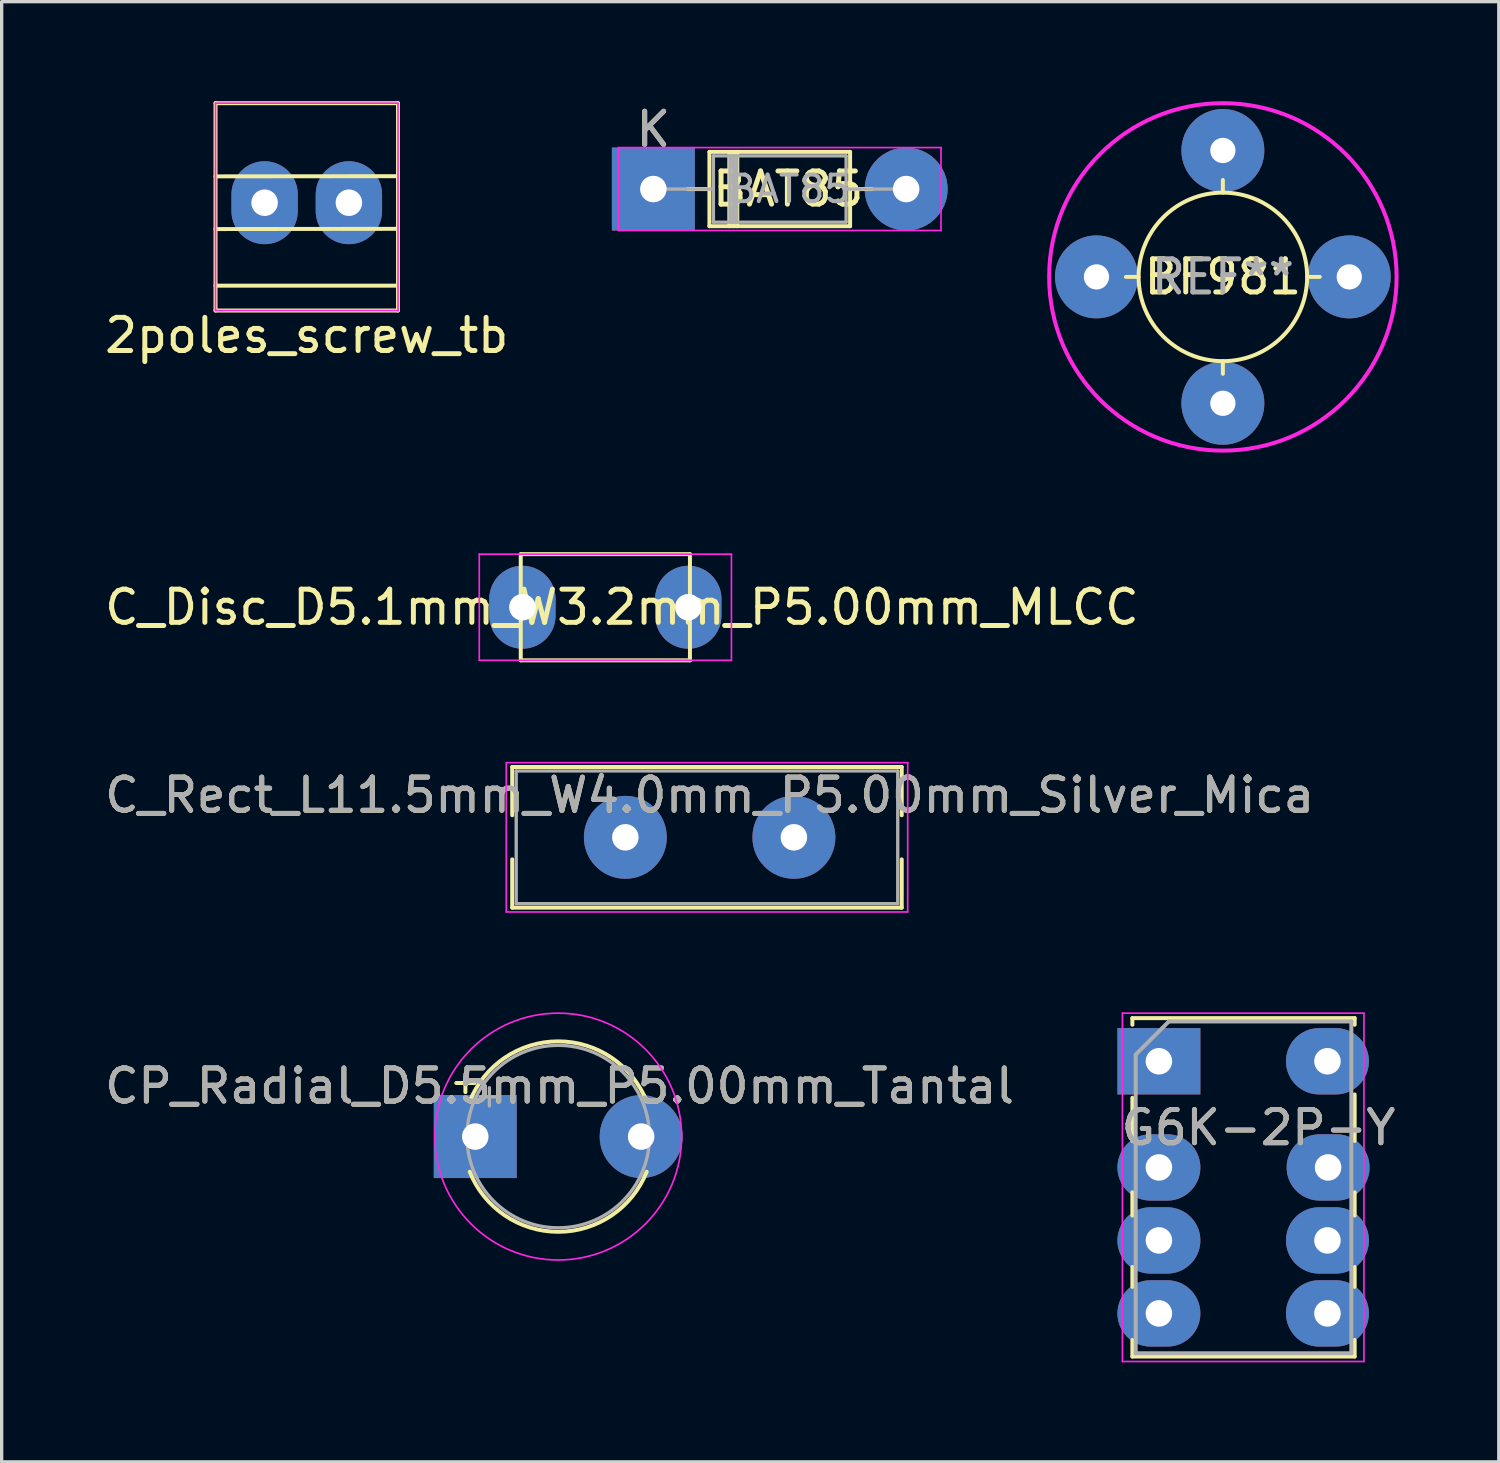
<source format=kicad_pcb>
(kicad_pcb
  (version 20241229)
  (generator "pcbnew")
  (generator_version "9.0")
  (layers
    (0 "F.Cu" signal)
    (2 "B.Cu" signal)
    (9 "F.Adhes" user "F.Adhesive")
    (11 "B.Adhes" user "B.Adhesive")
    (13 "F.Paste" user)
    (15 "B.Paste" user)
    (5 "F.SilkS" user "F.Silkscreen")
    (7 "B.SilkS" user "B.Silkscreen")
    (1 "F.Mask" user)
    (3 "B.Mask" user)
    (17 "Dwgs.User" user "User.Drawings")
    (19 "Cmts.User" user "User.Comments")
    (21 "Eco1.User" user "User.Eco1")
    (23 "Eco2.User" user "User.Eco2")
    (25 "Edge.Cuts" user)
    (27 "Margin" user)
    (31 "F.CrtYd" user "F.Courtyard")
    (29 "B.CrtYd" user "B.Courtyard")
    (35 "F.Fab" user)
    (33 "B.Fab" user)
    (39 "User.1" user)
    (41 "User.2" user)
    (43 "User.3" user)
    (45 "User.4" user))
  (footprint "C_Disc_D5.1mm_W3.2mm_P5.00mm_MLCC"
    (layer "F.Cu")
    (at 12.696 15.253)
    (property "Reference" "C_Disc_D5.1mm_W3.2mm_P5.00mm_MLCC" (at 3 0 0) (layer "F.SilkS") (effects (font (size 1 1) (thickness 0.15))))
    (attr through_hole)
    (fp_line (start -0.05 -1.6) (end -0.05 1.6) (stroke (width 0.12) (type solid)) (layer "F.SilkS"))
    (fp_line (start -0.05 -1.6) (end 5.05 -1.6) (stroke (width 0.12) (type solid)) (layer "F.SilkS"))
    (fp_line (start -0.05 1.6) (end 5.05 1.6) (stroke (width 0.12) (type solid)) (layer "F.SilkS"))
    (fp_line (start 5.05 -1.6) (end 5.05 1.6) (stroke (width 0.12) (type solid)) (layer "F.SilkS"))
    (fp_line (start -1.3 -1.6) (end -1.3 1.6) (stroke (width 0.05) (type solid)) (layer "F.CrtYd"))
    (fp_line (start -1.3 1.6) (end 6.3 1.6) (stroke (width 0.05) (type solid)) (layer "F.CrtYd"))
    (fp_line (start 6.3 -1.6) (end -1.3 -1.6) (stroke (width 0.05) (type solid)) (layer "F.CrtYd"))
    (fp_line (start 6.3 1.6) (end 6.3 -1.6) (stroke (width 0.05) (type solid)) (layer "F.CrtYd"))
    (pad "1" thru_hole oval (at 0 0) (size 2 2.5) (drill 0.8) (layers "*.Cu"))
    (pad "2" thru_hole oval (at 5 0) (size 2 2.5) (drill 0.8) (layers "*.Cu")))
  (footprint "C_Rect_L11.5mm_W4.0mm_P5.00mm_Silver_Mica"
    (layer "F.Cu")
    (at 13.259 22.188)
    (property "Reference" "C_Rect_L11.5mm_W4.0mm_P5.00mm_Silver_Mica" (at 5.08 -1.27 0) (layer "F.SilkS") (effects (font (size 1 1) (thickness 0.15))))
    (attr through_hole)
    (fp_line (start -0.87 -2.12) (end -0.87 -0.665) (stroke (width 0.12) (type solid)) (layer "F.SilkS"))
    (fp_line (start -0.87 -2.12) (end 10.87 -2.12) (stroke (width 0.12) (type solid)) (layer "F.SilkS"))
    (fp_line (start -0.87 0.665) (end -0.87 2.12) (stroke (width 0.12) (type solid)) (layer "F.SilkS"))
    (fp_line (start -0.87 2.12) (end 10.87 2.12) (stroke (width 0.12) (type solid)) (layer "F.SilkS"))
    (fp_line (start 10.87 -2.12) (end 10.87 -0.665) (stroke (width 0.12) (type solid)) (layer "F.SilkS"))
    (fp_line (start 10.87 0.665) (end 10.87 2.12) (stroke (width 0.12) (type solid)) (layer "F.SilkS"))
    (fp_line (start -1.05 -2.25) (end -1.05 2.25) (stroke (width 0.05) (type solid)) (layer "F.CrtYd"))
    (fp_line (start -1.05 2.25) (end 11.05 2.25) (stroke (width 0.05) (type solid)) (layer "F.CrtYd"))
    (fp_line (start 11.05 -2.25) (end -1.05 -2.25) (stroke (width 0.05) (type solid)) (layer "F.CrtYd"))
    (fp_line (start 11.05 2.25) (end 11.05 -2.25) (stroke (width 0.05) (type solid)) (layer "F.CrtYd"))
    (fp_line (start -0.75 -2) (end -0.75 2) (stroke (width 0.1) (type solid)) (layer "F.Fab"))
    (fp_line (start -0.75 2) (end 10.75 2) (stroke (width 0.1) (type solid)) (layer "F.Fab"))
    (fp_line (start 10.75 -2) (end -0.75 -2) (stroke (width 0.1) (type solid)) (layer "F.Fab"))
    (fp_line (start 10.75 2) (end 10.75 -2) (stroke (width 0.1) (type solid)) (layer "F.Fab"))
    (fp_text user "${REFERENCE}" (at 5.08 -1.27 0) (layer "F.Fab") (effects (font (size 1 1) (thickness 0.15))))
    (pad "1" thru_hole circle (at 2.54 0) (size 2.5 2.5) (drill 0.8) (layers "*.Cu" "*.Mask"))
    (pad "2" thru_hole circle (at 7.62 0) (size 2.5 2.5) (drill 0.8) (layers "*.Cu" "*.Mask")))
  (footprint "BF981"
    (layer "F.Cu")
    (at 33.809 5.296)
    (property "Reference" "BF981" (at 0 0 0) (layer "F.SilkS") (effects (font (size 1 1) (thickness 0.15))))
    (attr through_hole)
    (fp_line (start -2.54 0) (end -2.921 0) (stroke (width 0.12) (type solid)) (layer "F.SilkS"))
    (fp_line (start 0 -2.54) (end 0 -2.921) (stroke (width 0.12) (type solid)) (layer "F.SilkS"))
    (fp_line (start 0 2.54) (end 0 2.921) (stroke (width 0.12) (type solid)) (layer "F.SilkS"))
    (fp_line (start 2.54 0) (end 2.921 0) (stroke (width 0.12) (type solid)) (layer "F.SilkS"))
    (fp_circle (center 0 0) (end 2.54 0) (stroke (width 0.12) (type solid)) (fill no) (layer "F.SilkS"))
    (fp_circle (center 0 0) (end 5.08 -1.27) (stroke (width 0.12) (type solid)) (fill no) (layer "F.CrtYd"))
    (fp_text user "REF**" (at 0 0 0) (layer "F.Fab") (effects (font (size 1 1) (thickness 0.15))))
    (pad "1" thru_hole circle (at 3.81 0) (size 2.5 2.5) (drill 0.762) (layers "*.Cu" "*.Mask"))
    (pad "2" thru_hole circle (at 0 3.81) (size 2.5 2.5) (drill 0.762) (layers "*.Cu" "*.Mask"))
    (pad "3" thru_hole circle (at 0 -3.81) (size 2.5 2.5) (drill 0.762) (layers "*.Cu" "*.Mask"))
    (pad "4" thru_hole circle (at -3.81 0) (size 2.5 2.5) (drill 0.762) (layers "*.Cu" "*.Mask")))
  (footprint "BAT85"
    (layer "F.Cu")
    (at 16.643 2.648)
    (property "Reference" "BAT85" (at 4.064 0 0) (layer "F.SilkS") (effects (font (size 1 1) (thickness 0.15))))
    (attr through_hole)
    (fp_line (start 1.04 0) (end 1.69 0) (stroke (width 0.12) (type solid)) (layer "F.SilkS"))
    (fp_line (start 1.69 -1.12) (end 1.69 1.12) (stroke (width 0.12) (type solid)) (layer "F.SilkS"))
    (fp_line (start 1.69 1.12) (end 5.93 1.12) (stroke (width 0.12) (type solid)) (layer "F.SilkS"))
    (fp_line (start 2.29 -1.12) (end 2.29 1.12) (stroke (width 0.12) (type solid)) (layer "F.SilkS"))
    (fp_line (start 2.41 -1.12) (end 2.41 1.12) (stroke (width 0.12) (type solid)) (layer "F.SilkS"))
    (fp_line (start 2.53 -1.12) (end 2.53 1.12) (stroke (width 0.12) (type solid)) (layer "F.SilkS"))
    (fp_line (start 5.93 -1.12) (end 1.69 -1.12) (stroke (width 0.12) (type solid)) (layer "F.SilkS"))
    (fp_line (start 5.93 1.12) (end 5.93 -1.12) (stroke (width 0.12) (type solid)) (layer "F.SilkS"))
    (fp_line (start 6.58 0) (end 5.93 0) (stroke (width 0.12) (type solid)) (layer "F.SilkS"))
    (fp_line (start -1.05 -1.25) (end -1.05 1.25) (stroke (width 0.05) (type solid)) (layer "F.CrtYd"))
    (fp_line (start -1.05 1.25) (end 8.67 1.25) (stroke (width 0.05) (type solid)) (layer "F.CrtYd"))
    (fp_line (start 8.67 -1.25) (end -1.05 -1.25) (stroke (width 0.05) (type solid)) (layer "F.CrtYd"))
    (fp_line (start 8.67 1.25) (end 8.67 -1.25) (stroke (width 0.05) (type solid)) (layer "F.CrtYd"))
    (fp_line (start 0 0) (end 1.81 0) (stroke (width 0.1) (type solid)) (layer "F.Fab"))
    (fp_line (start 1.81 -1) (end 1.81 1) (stroke (width 0.1) (type solid)) (layer "F.Fab"))
    (fp_line (start 1.81 1) (end 5.81 1) (stroke (width 0.1) (type solid)) (layer "F.Fab"))
    (fp_line (start 2.31 -1) (end 2.31 1) (stroke (width 0.1) (type solid)) (layer "F.Fab"))
    (fp_line (start 2.41 -1) (end 2.41 1) (stroke (width 0.1) (type solid)) (layer "F.Fab"))
    (fp_line (start 2.51 -1) (end 2.51 1) (stroke (width 0.1) (type solid)) (layer "F.Fab"))
    (fp_line (start 5.81 -1) (end 1.81 -1) (stroke (width 0.1) (type solid)) (layer "F.Fab"))
    (fp_line (start 5.81 1) (end 5.81 -1) (stroke (width 0.1) (type solid)) (layer "F.Fab"))
    (fp_line (start 7.62 0) (end 5.81 0) (stroke (width 0.1) (type solid)) (layer "F.Fab"))
    (fp_text user "K" (at 0 -1.8 0) (layer "F.SilkS") (effects (font (size 1 1) (thickness 0.15))))
    (fp_text user "${REFERENCE}" (at 4.11 0 0) (layer "F.Fab") (effects (font (size 0.8 0.8) (thickness 0.12))))
    (fp_text user "K" (at 0 -1.8 0) (layer "F.Fab") (effects (font (size 1 1) (thickness 0.15))))
    (pad "1" thru_hole rect (at 0 0) (size 2.5 2.5) (drill 0.8) (layers "*.Cu" "*.Mask"))
    (pad "2" thru_hole circle (at 7.62 0) (size 2.5 2.5) (drill 0.8) (layers "*.Cu" "*.Mask")))
  (footprint "G6K-2P-Y"
    (layer "F.Cu")
    (at 31.881 28.938)
    (property "Reference" "G6K-2P-Y" (at 3 2 0) (layer "F.SilkS") (effects (font (size 1 1) (thickness 0.15))))
    (attr through_hole)
    (fp_line (start -0.8 -1.3) (end -0.8 -1.1) (stroke (width 0.12) (type solid)) (layer "F.SilkS"))
    (fp_line (start -0.8 -1.3) (end 5.9 -1.3) (stroke (width 0.12) (type solid)) (layer "F.SilkS"))
    (fp_line (start -0.8 2.4) (end -0.8 1.1) (stroke (width 0.12) (type solid)) (layer "F.SilkS"))
    (fp_line (start -0.8 4.65) (end -0.8 3.95) (stroke (width 0.12) (type solid)) (layer "F.SilkS"))
    (fp_line (start -0.8 6.8) (end -0.8 6.2) (stroke (width 0.12) (type solid)) (layer "F.SilkS"))
    (fp_line (start -0.8 8.9) (end -0.8 8.4) (stroke (width 0.12) (type solid)) (layer "F.SilkS"))
    (fp_line (start 5.9 -1.3) (end 5.9 -1.1) (stroke (width 0.12) (type solid)) (layer "F.SilkS"))
    (fp_line (start 5.9 1) (end 5.9 2.4) (stroke (width 0.12) (type solid)) (layer "F.SilkS"))
    (fp_line (start 5.9 3.95) (end 5.9 4.65) (stroke (width 0.12) (type solid)) (layer "F.SilkS"))
    (fp_line (start 5.9 6.2) (end 5.9 6.8) (stroke (width 0.12) (type solid)) (layer "F.SilkS"))
    (fp_line (start 5.9 8.4) (end 5.9 8.9) (stroke (width 0.12) (type solid)) (layer "F.SilkS"))
    (fp_line (start 5.9 8.9) (end -0.8 8.9) (stroke (width 0.12) (type solid)) (layer "F.SilkS"))
    (fp_line (start -1.1 -1.45) (end -1.1 9.05) (stroke (width 0.05) (type solid)) (layer "F.CrtYd"))
    (fp_line (start -1.1 -1.45) (end 6.18 -1.45) (stroke (width 0.05) (type solid)) (layer "F.CrtYd"))
    (fp_line (start 6.18 9.05) (end -1.1 9.05) (stroke (width 0.05) (type solid)) (layer "F.CrtYd"))
    (fp_line (start 6.18 9.05) (end 6.18 -1.45) (stroke (width 0.05) (type solid)) (layer "F.CrtYd"))
    (fp_line (start -0.7 -0.2) (end 0.3 -1.2) (stroke (width 0.12) (type solid)) (layer "F.Fab"))
    (fp_line (start -0.7 8.8) (end -0.7 -0.2) (stroke (width 0.12) (type solid)) (layer "F.Fab"))
    (fp_line (start 0.3 -1.2) (end 5.8 -1.2) (stroke (width 0.12) (type solid)) (layer "F.Fab"))
    (fp_line (start 5.8 -1.2) (end 5.8 8.8) (stroke (width 0.12) (type solid)) (layer "F.Fab"))
    (fp_line (start 5.8 8.8) (end -0.7 8.8) (stroke (width 0.12) (type solid)) (layer "F.Fab"))
    (fp_text user "${REFERENCE}" (at 3 2 0) (layer "F.Fab") (effects (font (size 1 1) (thickness 0.15))))
    (pad "1" thru_hole rect (at 0 0) (size 2.5 2) (drill 0.8) (layers "*.Cu" "*.Mask"))
    (pad "2" thru_hole oval (at 0 3.2) (size 2.5 2) (drill 0.8) (layers "*.Cu" "*.Mask"))
    (pad "3" thru_hole oval (at 0 5.4) (size 2.5 2) (drill 0.8) (layers "*.Cu" "*.Mask"))
    (pad "4" thru_hole oval (at 0 7.6) (size 2.5 2) (drill 0.8) (layers "*.Cu" "*.Mask"))
    (pad "5" thru_hole oval (at 5.08 7.6) (size 2.5 2) (drill 0.8) (layers "*.Cu" "*.Mask"))
    (pad "6" thru_hole oval (at 5.08 5.4) (size 2.5 2) (drill 0.8) (layers "*.Cu" "*.Mask"))
    (pad "7" thru_hole oval (at 5.1 3.2) (size 2.5 2) (drill 0.8) (layers "*.Cu" "*.Mask"))
    (pad "8" thru_hole oval (at 5.08 0) (size 2.5 2) (drill 0.8) (layers "*.Cu" "*.Mask")))
  (footprint "2poles_screw_tb"
    (layer "F.Cu")
    (at 6.196 3.06)
    (property "Reference" "2poles_screw_tb" (at 0 4 0) (layer "F.SilkS") (effects (font (size 1 1) (thickness 0.15))))
    (attr through_hole)
    (fp_line (start -2.75 -3) (end -2.75 3.25) (stroke (width 0.12) (type solid)) (layer "F.SilkS"))
    (fp_line (start -2.75 -3) (end 2.75 -3) (stroke (width 0.12) (type solid)) (layer "F.SilkS"))
    (fp_line (start -2.75 -0.794) (end 2.75 -0.8) (stroke (width 0.12) (type solid)) (layer "F.SilkS"))
    (fp_line (start -2.75 0.794) (end 2.75 0.787) (stroke (width 0.12) (type solid)) (layer "F.SilkS"))
    (fp_line (start -2.75 2.5) (end 2.75 2.5) (stroke (width 0.12) (type solid)) (layer "F.SilkS"))
    (fp_line (start -2.75 3.25) (end 2.75 3.25) (stroke (width 0.12) (type solid)) (layer "F.SilkS"))
    (fp_line (start 2.75 3.25) (end 2.75 -3) (stroke (width 0.12) (type solid)) (layer "F.SilkS"))
    (fp_line (start -2.75 -3) (end -2.75 3.25) (stroke (width 0.05) (type solid)) (layer "F.CrtYd"))
    (fp_line (start -2.75 3.25) (end 2.75 3.25) (stroke (width 0.05) (type solid)) (layer "F.CrtYd"))
    (fp_line (start 2.75 -3) (end -2.75 -3) (stroke (width 0.05) (type solid)) (layer "F.CrtYd"))
    (fp_line (start 2.75 3.25) (end 2.75 -3) (stroke (width 0.05) (type solid)) (layer "F.CrtYd"))
    (pad "1" thru_hole oval (at -1.27 0) (size 2 2.5) (drill 0.8) (layers "*.Cu"))
    (pad "2" thru_hole oval (at 1.27 0) (size 2 2.5) (drill 0.8) (layers "*.Cu")))
  (footprint "CP_Radial_D5.5mm_P5.00mm_Tantal"
    (layer "F.Cu")
    (at 11.275 31.208)
    (property "Reference" "CP_Radial_D5.5mm_P5.00mm_Tantal" (at 2.54 -1.524 0) (layer "F.SilkS") (effects (font (size 1 1) (thickness 0.15))))
    (attr through_hole)
    (fp_line (start -0.572 -1.615) (end -0.022 -1.615) (stroke (width 0.12) (type solid)) (layer "F.SilkS"))
    (fp_line (start -0.297 -1.89) (end -0.297 -1.34) (stroke (width 0.12) (type solid)) (layer "F.SilkS"))
    (fp_arc (start -0.167077 -1.06) (mid 2.5 -2.87) (end 5.167077 -1.06) (stroke (width 0.12) (type solid)) (layer "F.SilkS"))
    (fp_arc (start 5.167077 1.06) (mid 2.5 2.87) (end -0.167077 1.06) (stroke (width 0.12) (type solid)) (layer "F.SilkS"))
    (fp_circle (center 2.5 0) (end 6.22 0) (stroke (width 0.05) (type solid)) (fill no) (layer "F.CrtYd"))
    (fp_line (start 0.151 -1.198) (end 0.701 -1.198) (stroke (width 0.1) (type solid)) (layer "F.Fab"))
    (fp_line (start 0.426 -1.472) (end 0.426 -0.922) (stroke (width 0.1) (type solid)) (layer "F.Fab"))
    (fp_circle (center 2.5 0) (end 5.25 0) (stroke (width 0.1) (type solid)) (fill no) (layer "F.Fab"))
    (fp_text user "${REFERENCE}" (at 2.54 -1.524 0) (layer "F.Fab") (effects (font (size 1 1) (thickness 0.15))))
    (pad "1" thru_hole rect (at 0 0) (size 2.5 2.5) (drill 0.8) (layers "*.Cu" "*.Mask"))
    (pad "2" thru_hole circle (at 5 0) (size 2.5 2.5) (drill 0.8) (layers "*.Cu" "*.Mask")))
  (gr_rect
    (start -3 -3)
    (end 42.125 41.013)
    (stroke (width 0.1) (type default))
    (fill no)
    (layer "Edge.Cuts")))
</source>
